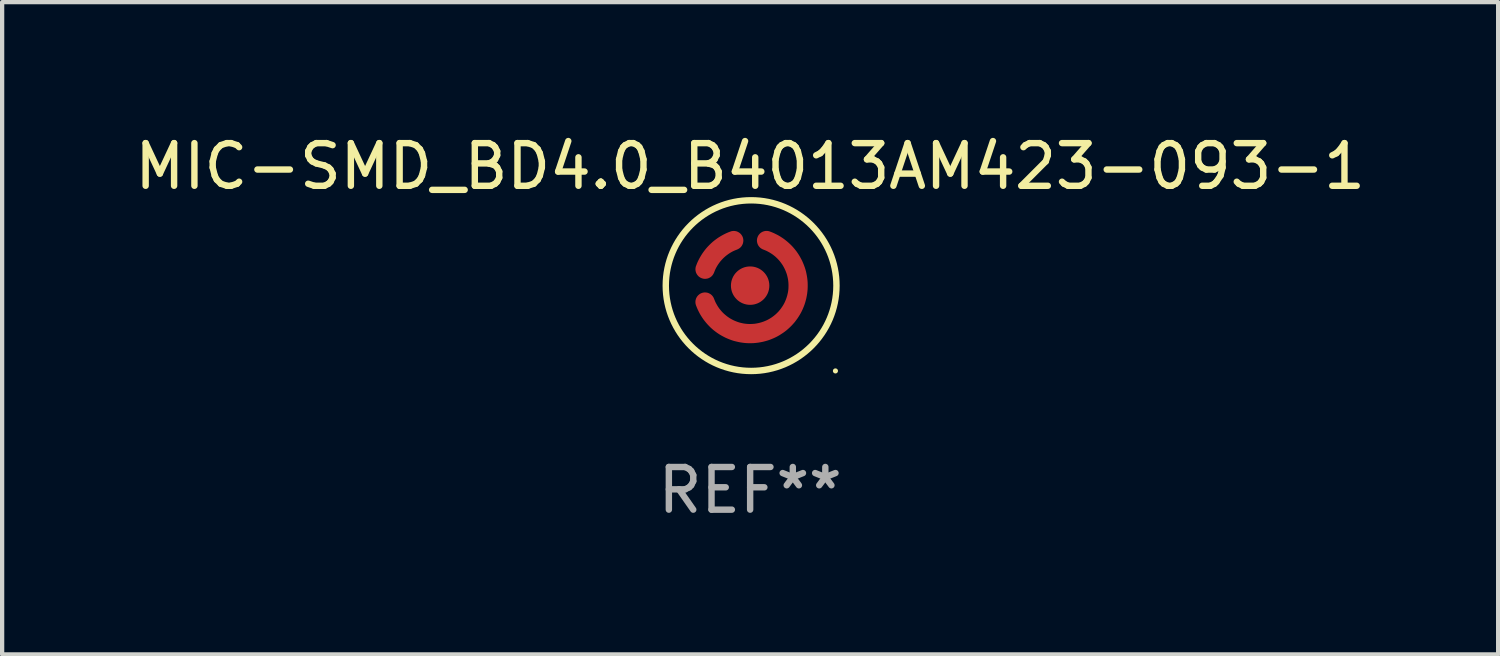
<source format=kicad_pcb>
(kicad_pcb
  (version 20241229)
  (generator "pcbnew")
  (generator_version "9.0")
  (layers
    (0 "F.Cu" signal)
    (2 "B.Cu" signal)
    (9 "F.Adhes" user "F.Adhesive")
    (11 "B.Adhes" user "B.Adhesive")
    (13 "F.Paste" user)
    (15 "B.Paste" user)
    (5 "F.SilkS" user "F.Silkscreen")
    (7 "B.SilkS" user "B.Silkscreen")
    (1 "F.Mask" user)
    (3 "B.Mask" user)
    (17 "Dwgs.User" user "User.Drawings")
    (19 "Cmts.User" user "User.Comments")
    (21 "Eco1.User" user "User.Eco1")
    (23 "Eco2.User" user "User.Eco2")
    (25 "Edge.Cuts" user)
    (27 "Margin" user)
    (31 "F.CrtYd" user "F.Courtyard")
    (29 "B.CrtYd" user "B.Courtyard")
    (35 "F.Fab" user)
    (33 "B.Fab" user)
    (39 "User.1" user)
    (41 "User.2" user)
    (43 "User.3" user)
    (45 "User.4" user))
  (footprint "MIC-SMD_BD4.0_B4013AM423-093-1"
    (layer "F.Cu")
    (at 14.53 3.644)
    (property "Reference" "MIC-SMD_BD4.0_B4013AM423-093-1" (at -0.000025 -2.795 0) (layer "F.SilkS") (effects (font (size 1 1) (thickness 0.15))))
    (attr through_hole)
    (fp_circle (center 0.023 0.000127) (end 2.023 0.000127) (stroke (width 0.15) (type solid)) (fill no) (layer "F.SilkS"))
    (fp_circle (center 1.999 1.999) (end 2.029 1.999) (stroke (width 0.06) (type solid)) (fill no) (layer "F.SilkS"))
    (fp_text user "REF**" (at -0.000025 4.795 0) (layer "F.Fab") (effects (font (size 1 1) (thickness 0.15))))
    (pad "1" smd circle (at 0.000102 0.000127) (size 0.9 0.9) (layers "F.Cu" "F.Mask" "F.Paste"))
    (pad "2" smd custom (at -0.795 -0.795) (size 0.1 0.1) (layers "F.Cu" "F.Mask" "F.Paste") (options (anchor circle)) (primitives (gr_poly (pts (xy 0.488 -0.05) (xy 0.447 -0.034) (xy 0.407 -0.017) (xy 0.368 0.003) (xy 0.33 0.025) (xy 0.294 0.048) (xy 0.258 0.074) (xy 0.224 0.1) (xy 0.191 0.129) (xy 0.159 0.159) (xy 0.129 0.191) (xy 0.1 0.224) (xy 0.074 0.258) (xy 0.048 0.294) (xy 0.025 0.33) (xy 0.003 0.368) (xy -0.017 0.407) (xy -0.034 0.447) (xy -0.05 0.488) (xy -0.059 0.507) (xy -0.069 0.526) (xy -0.081 0.544) (xy -0.094 0.561) (xy -0.109 0.576) (xy -0.125 0.59) (xy -0.143 0.602) (xy -0.162 0.612) (xy -0.181 0.621) (xy -0.202 0.628) (xy -0.223 0.632) (xy -0.244 0.635) (xy -0.265 0.636) (xy -0.287 0.634) (xy -0.308 0.631) (xy -0.329 0.625) (xy -0.349 0.618) (xy -0.368 0.609) (xy -0.386 0.598) (xy -0.404 0.585) (xy -0.42 0.571) (xy -0.434 0.555) (xy -0.447 0.538) (xy -0.458 0.52) (xy -0.468 0.501) (xy -0.476 0.481) (xy -0.481 0.46) (xy -0.485 0.439) (xy -0.487 0.418) (xy -0.486 0.396) (xy -0.484 0.375) (xy -0.48 0.354) (xy -0.473 0.334) (xy -0.454 0.284) (xy -0.433 0.235) (xy -0.409 0.186) (xy -0.384 0.139) (xy -0.357 0.093) (xy -0.329 0.048) (xy -0.298 0.004) (xy -0.266 -0.039) (xy -0.232 -0.081) (xy -0.196 -0.121) (xy -0.159 -0.159) (xy -0.121 -0.196) (xy -0.081 -0.232) (xy -0.039 -0.266) (xy 0.004 -0.298) (xy 0.048 -0.329) (xy 0.093 -0.357) (xy 0.139 -0.384) (xy 0.186 -0.409) (xy 0.235 -0.433) (xy 0.284 -0.454) (xy 0.334 -0.473) (xy 0.354 -0.48) (xy 0.375 -0.484) (xy 0.396 -0.486) (xy 0.418 -0.487) (xy 0.439 -0.485) (xy 0.46 -0.481) (xy 0.481 -0.476) (xy 0.501 -0.468) (xy 0.52 -0.458) (xy 0.538 -0.447) (xy 0.555 -0.434) (xy 0.571 -0.42) (xy 0.585 -0.404) (xy 0.598 -0.386) (xy 0.609 -0.368) (xy 0.618 -0.349) (xy 0.626 -0.329) (xy 0.631 -0.308) (xy 0.634 -0.287) (xy 0.636 -0.265) (xy 0.635 -0.244) (xy 0.632 -0.223) (xy 0.628 -0.202) (xy 0.621 -0.181) (xy 0.612 -0.162) (xy 0.602 -0.143) (xy 0.59 -0.125) (xy 0.576 -0.109) (xy 0.561 -0.094) (xy 0.544 -0.081) (xy 0.526 -0.069) (xy 0.507 -0.059) (xy 0.488 -0.05)) (width 0) (fill yes))))
    (pad "2" smd custom (at 0.795 0.795) (size 0.1 0.1) (layers "F.Cu" "F.Mask" "F.Paste") (options (anchor circle)) (primitives (gr_poly (pts (xy -1.641 -0.488) (xy -1.625 -0.448) (xy -1.608 -0.408) (xy -1.588 -0.37) (xy -1.567 -0.333) (xy -1.544 -0.296) (xy -1.52 -0.261) (xy -1.493 -0.227) (xy -1.465 -0.194) (xy -1.436 -0.163) (xy -1.405 -0.133) (xy -1.372 -0.105) (xy -1.339 -0.078) (xy -1.304 -0.053) (xy -1.268 -0.029) (xy -1.231 -0.008) (xy -1.193 0.012) (xy -1.154 0.03) (xy -1.114 0.046) (xy -1.073 0.061) (xy -1.032 0.073) (xy -0.99 0.083) (xy -0.948 0.092) (xy -0.905 0.098) (xy -0.863 0.102) (xy -0.82 0.104) (xy -0.777 0.104) (xy -0.734 0.102) (xy -0.691 0.099) (xy -0.648 0.092) (xy -0.606 0.084) (xy -0.564 0.074) (xy -0.523 0.062) (xy -0.482 0.048) (xy -0.442 0.032) (xy -0.403 0.015) (xy -0.365 -0.005) (xy -0.328 -0.026) (xy -0.291 -0.05) (xy -0.256 -0.075) (xy -0.223 -0.101) (xy -0.19 -0.129) (xy -0.159 -0.159) (xy -0.129 -0.19) (xy -0.101 -0.223) (xy -0.075 -0.256) (xy -0.05 -0.292) (xy -0.026 -0.328) (xy -0.005 -0.365) (xy 0.015 -0.403) (xy 0.032 -0.442) (xy 0.048 -0.482) (xy 0.062 -0.523) (xy 0.074 -0.564) (xy 0.084 -0.606) (xy 0.093 -0.648) (xy 0.099 -0.691) (xy 0.103 -0.734) (xy 0.104 -0.777) (xy 0.104 -0.82) (xy 0.102 -0.863) (xy 0.098 -0.905) (xy 0.092 -0.948) (xy 0.083 -0.99) (xy 0.073 -1.032) (xy 0.061 -1.073) (xy 0.046 -1.114) (xy 0.03 -1.154) (xy 0.012 -1.193) (xy -0.008 -1.231) (xy -0.029 -1.268) (xy -0.053 -1.304) (xy -0.078 -1.339) (xy -0.105 -1.372) (xy -0.133 -1.405) (xy -0.163 -1.436) (xy -0.194 -1.465) (xy -0.227 -1.493) (xy -0.261 -1.52) (xy -0.296 -1.544) (xy -0.332 -1.567) (xy -0.37 -1.588) (xy -0.408 -1.608) (xy -0.447 -1.625) (xy -0.488 -1.641) (xy -0.507 -1.649) (xy -0.526 -1.66) (xy -0.544 -1.671) (xy -0.561 -1.685) (xy -0.576 -1.7) (xy -0.59 -1.716) (xy -0.602 -1.734) (xy -0.612 -1.753) (xy -0.621 -1.772) (xy -0.627 -1.793) (xy -0.632 -1.813) (xy -0.635 -1.835) (xy -0.636 -1.856) (xy -0.634 -1.877) (xy -0.631 -1.899) (xy -0.625 -1.919) (xy -0.618 -1.939) (xy -0.609 -1.959) (xy -0.598 -1.977) (xy -0.585 -1.994) (xy -0.571 -2.01) (xy -0.555 -2.025) (xy -0.538 -2.038) (xy -0.52 -2.049) (xy -0.501 -2.059) (xy -0.481 -2.066) (xy -0.46 -2.072) (xy -0.439 -2.076) (xy -0.418 -2.077) (xy -0.396 -2.077) (xy -0.375 -2.075) (xy -0.354 -2.07) (xy -0.334 -2.064) (xy -0.285 -2.045) (xy -0.236 -2.024) (xy -0.189 -2.001) (xy -0.142 -1.977) (xy -0.097 -1.951) (xy -0.052 -1.922) (xy -0.009 -1.893) (xy 0.033 -1.861) (xy 0.074 -1.828) (xy 0.114 -1.793) (xy 0.152 -1.757) (xy 0.189 -1.72) (xy 0.224 -1.681) (xy 0.258 -1.64) (xy 0.29 -1.599) (xy 0.32 -1.556) (xy 0.349 -1.512) (xy 0.376 -1.466) (xy 0.401 -1.42) (xy 0.425 -1.373) (xy 0.446 -1.325) (xy 0.466 -1.276) (xy 0.484 -1.227) (xy 0.5 -1.177) (xy 0.514 -1.126) (xy 0.525 -1.075) (xy 0.535 -1.023) (xy 0.543 -0.971) (xy 0.549 -0.919) (xy 0.553 -0.866) (xy 0.554 -0.814) (xy 0.554 -0.761) (xy 0.552 -0.709) (xy 0.547 -0.656) (xy 0.541 -0.604) (xy 0.532 -0.552) (xy 0.522 -0.5) (xy 0.509 -0.449) (xy 0.495 -0.399) (xy 0.479 -0.349) (xy 0.46 -0.299) (xy 0.44 -0.251) (xy 0.418 -0.203) (xy 0.394 -0.156) (xy 0.368 -0.111) (xy 0.34 -0.066) (xy 0.311 -0.022) (xy 0.28 0.02) (xy 0.248 0.062) (xy 0.213 0.102) (xy 0.178 0.14) (xy 0.14 0.178) (xy 0.102 0.213) (xy 0.062 0.248) (xy 0.021 0.28) (xy -0.022 0.311) (xy -0.066 0.34) (xy -0.11 0.368) (xy -0.156 0.394) (xy -0.203 0.418) (xy -0.251 0.44) (xy -0.299 0.46) (xy -0.349 0.479) (xy -0.399 0.495) (xy -0.449 0.509) (xy -0.5 0.522) (xy -0.552 0.532) (xy -0.604 0.541) (xy -0.656 0.547) (xy -0.709 0.552) (xy -0.761 0.554) (xy -0.814 0.554) (xy -0.866 0.553) (xy -0.919 0.549) (xy -0.971 0.543) (xy -1.023 0.535) (xy -1.075 0.525) (xy -1.126 0.513) (xy -1.177 0.5) (xy -1.227 0.484) (xy -1.276 0.466) (xy -1.325 0.446) (xy -1.373 0.425) (xy -1.42 0.401) (xy -1.466 0.376) (xy -1.512 0.349) (xy -1.556 0.32) (xy -1.598 0.29) (xy -1.64 0.258) (xy -1.681 0.224) (xy -1.72 0.189) (xy -1.757 0.152) (xy -1.793 0.114) (xy -1.828 0.074) (xy -1.861 0.033) (xy -1.893 -0.009) (xy -1.922 -0.052) (xy -1.951 -0.097) (xy -1.977 -0.142) (xy -2.001 -0.189) (xy -2.024 -0.236) (xy -2.045 -0.285) (xy -2.064 -0.334) (xy -2.07 -0.354) (xy -2.075 -0.375) (xy -2.077 -0.396) (xy -2.077 -0.418) (xy -2.076 -0.439) (xy -2.072 -0.46) (xy -2.066 -0.481) (xy -2.059 -0.501) (xy -2.049 -0.52) (xy -2.038 -0.538) (xy -2.025 -0.555) (xy -2.01 -0.571) (xy -1.994 -0.585) (xy -1.977 -0.598) (xy -1.959 -0.609) (xy -1.939 -0.618) (xy -1.919 -0.625) (xy -1.899 -0.631) (xy -1.877 -0.634) (xy -1.856 -0.636) (xy -1.835 -0.635) (xy -1.813 -0.632) (xy -1.793 -0.628) (xy -1.772 -0.621) (xy -1.753 -0.612) (xy -1.734 -0.602) (xy -1.716 -0.59) (xy -1.7 -0.576) (xy -1.685 -0.561) (xy -1.671 -0.544) (xy -1.659 -0.526) (xy -1.649 -0.507) (xy -1.641 -0.488)) (width 0) (fill yes)))))
  (gr_rect
    (start -3 -3)
    (end 32.06 12.287)
    (stroke (width 0.1) (type default))
    (fill no)
    (layer "Edge.Cuts")))
</source>
